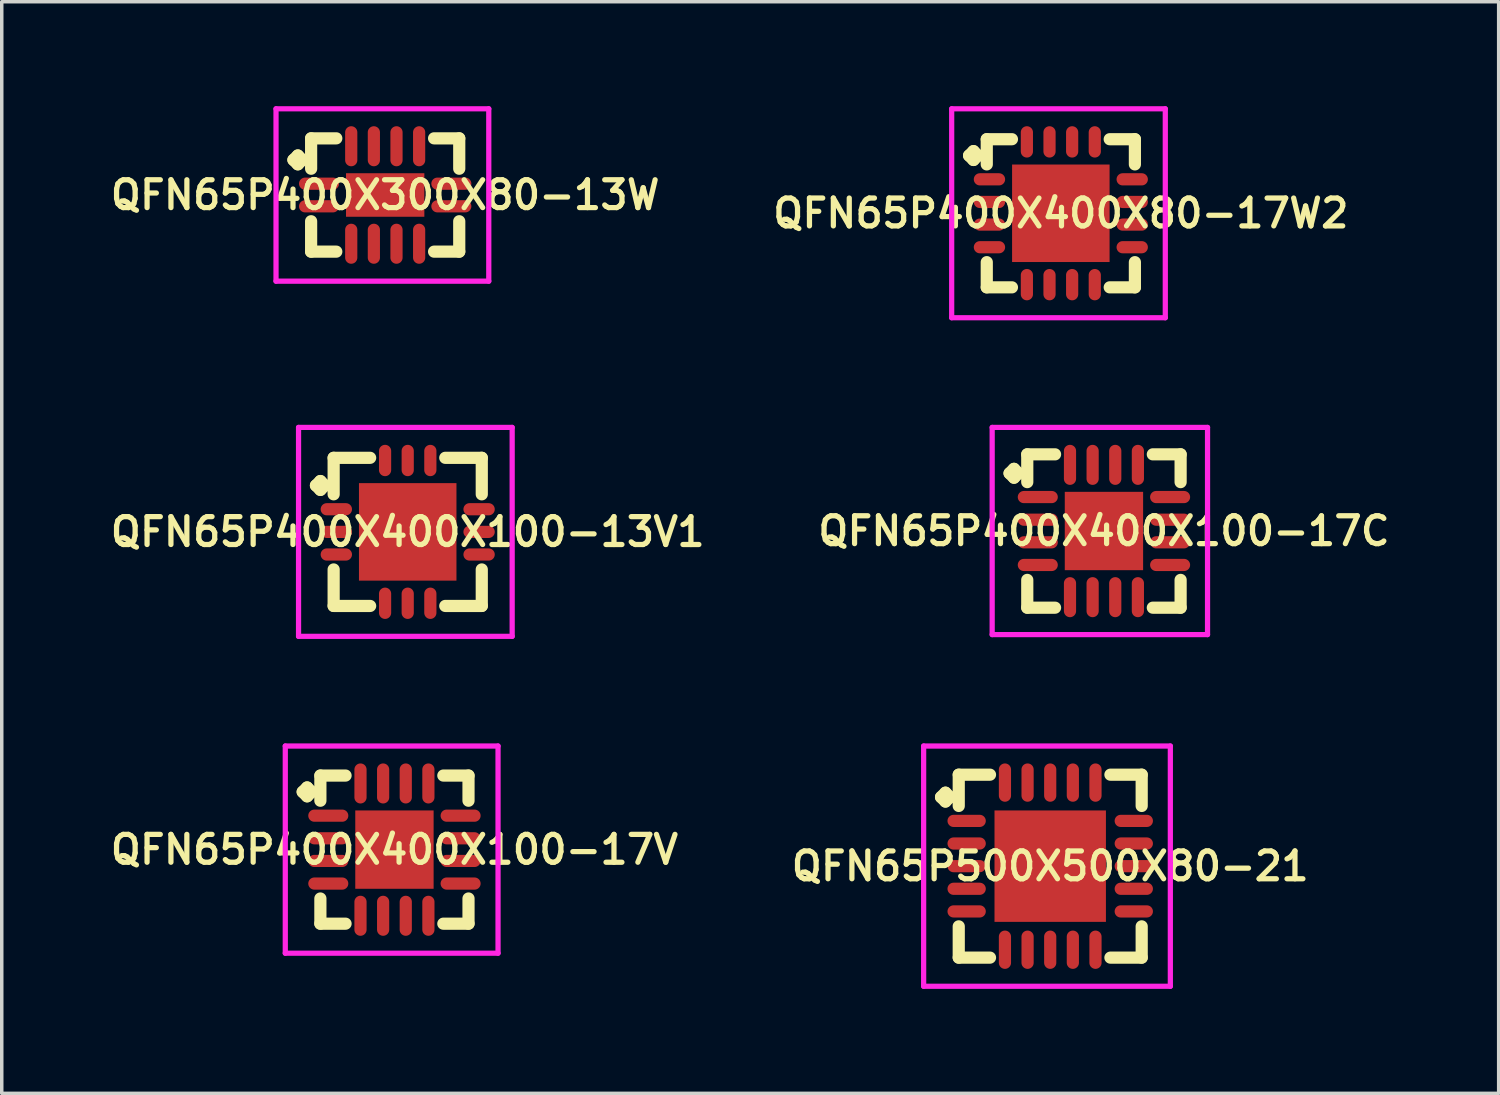
<source format=kicad_pcb>
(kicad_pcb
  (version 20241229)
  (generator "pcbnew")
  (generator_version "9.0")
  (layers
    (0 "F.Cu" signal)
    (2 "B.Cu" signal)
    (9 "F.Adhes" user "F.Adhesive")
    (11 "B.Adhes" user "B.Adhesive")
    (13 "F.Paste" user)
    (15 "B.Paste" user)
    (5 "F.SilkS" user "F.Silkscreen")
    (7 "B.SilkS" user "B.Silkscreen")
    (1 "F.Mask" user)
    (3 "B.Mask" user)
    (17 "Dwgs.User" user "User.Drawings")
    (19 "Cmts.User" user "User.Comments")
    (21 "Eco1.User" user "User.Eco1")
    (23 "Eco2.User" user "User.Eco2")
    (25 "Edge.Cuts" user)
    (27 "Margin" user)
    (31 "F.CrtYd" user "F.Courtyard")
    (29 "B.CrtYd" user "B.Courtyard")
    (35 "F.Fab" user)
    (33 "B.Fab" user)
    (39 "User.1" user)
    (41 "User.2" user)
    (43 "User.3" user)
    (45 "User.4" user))
  (footprint "QFN65P400X400X80-17W2"
    (layer "F.Cu")
    (at 27.416 3.075)
    (property "Reference" "QFN65P400X400X80-17W2" (at 0 0 0) (layer "F.SilkS") (effects (font (size 0.8 0.8) (thickness 0.15))))
    (attr through_hole)
    (fp_line (start -2.635 -1.658) (end -2.508 -1.785) (stroke (width 0.35) (type solid)) (layer "F.SilkS"))
    (fp_line (start -2.508 -1.785) (end -2.381 -1.658) (stroke (width 0.35) (type solid)) (layer "F.SilkS"))
    (fp_line (start -2.508 -1.531) (end -2.635 -1.658) (stroke (width 0.35) (type solid)) (layer "F.SilkS"))
    (fp_line (start -2.381 -1.658) (end -2.508 -1.531) (stroke (width 0.35) (type solid)) (layer "F.SilkS"))
    (fp_line (start -2.127 -2.127) (end -1.404 -2.127) (stroke (width 0.35) (type solid)) (layer "F.SilkS"))
    (fp_line (start -2.127 -1.404) (end -2.127 -2.127) (stroke (width 0.35) (type solid)) (layer "F.SilkS"))
    (fp_line (start -2.127 1.404) (end -2.127 2.127) (stroke (width 0.35) (type solid)) (layer "F.SilkS"))
    (fp_line (start -2.127 2.127) (end -1.404 2.127) (stroke (width 0.35) (type solid)) (layer "F.SilkS"))
    (fp_line (start 1.404 -2.127) (end 2.127 -2.127) (stroke (width 0.35) (type solid)) (layer "F.SilkS"))
    (fp_line (start 1.404 2.127) (end 2.127 2.127) (stroke (width 0.35) (type solid)) (layer "F.SilkS"))
    (fp_line (start 2.127 -2.127) (end 2.127 -1.404) (stroke (width 0.35) (type solid)) (layer "F.SilkS"))
    (fp_line (start 2.127 2.127) (end 2.127 1.404) (stroke (width 0.35) (type solid)) (layer "F.SilkS"))
    (fp_line (start -3.135 -3) (end 3 -3) (stroke (width 0.15) (type solid)) (layer "F.CrtYd"))
    (fp_line (start -3.135 3) (end -3.135 -3) (stroke (width 0.15) (type solid)) (layer "F.CrtYd"))
    (fp_line (start 3 -3) (end 3 3) (stroke (width 0.15) (type solid)) (layer "F.CrtYd"))
    (fp_line (start 3 3) (end -3.135 3) (stroke (width 0.15) (type solid)) (layer "F.CrtYd"))
    (pad "1" smd oval (at -2.05 -0.975) (size 0.9 0.35) (layers "F.Cu" "F.Mask" "F.Paste"))
    (pad "2" smd oval (at -2.05 -0.325) (size 0.9 0.35) (layers "F.Cu" "F.Mask" "F.Paste"))
    (pad "3" smd oval (at -2.05 0.325) (size 0.9 0.35) (layers "F.Cu" "F.Mask" "F.Paste"))
    (pad "4" smd oval (at -2.05 0.975) (size 0.9 0.35) (layers "F.Cu" "F.Mask" "F.Paste"))
    (pad "5" smd oval (at -0.975 2.05) (size 0.35 0.9) (layers "F.Cu" "F.Mask" "F.Paste"))
    (pad "6" smd oval (at -0.325 2.05) (size 0.35 0.9) (layers "F.Cu" "F.Mask" "F.Paste"))
    (pad "7" smd oval (at 0.325 2.05) (size 0.35 0.9) (layers "F.Cu" "F.Mask" "F.Paste"))
    (pad "8" smd oval (at 0.975 2.05) (size 0.35 0.9) (layers "F.Cu" "F.Mask" "F.Paste"))
    (pad "9" smd oval (at 2.05 0.975) (size 0.9 0.35) (layers "F.Cu" "F.Mask" "F.Paste"))
    (pad "10" smd oval (at 2.05 0.325) (size 0.9 0.35) (layers "F.Cu" "F.Mask" "F.Paste"))
    (pad "11" smd oval (at 2.05 -0.325) (size 0.9 0.35) (layers "F.Cu" "F.Mask" "F.Paste"))
    (pad "12" smd oval (at 2.05 -0.975) (size 0.9 0.35) (layers "F.Cu" "F.Mask" "F.Paste"))
    (pad "13" smd oval (at 0.975 -2.05) (size 0.35 0.9) (layers "F.Cu" "F.Mask" "F.Paste"))
    (pad "14" smd oval (at 0.325 -2.05) (size 0.35 0.9) (layers "F.Cu" "F.Mask" "F.Paste"))
    (pad "15" smd oval (at -0.325 -2.05) (size 0.35 0.9) (layers "F.Cu" "F.Mask" "F.Paste"))
    (pad "16" smd oval (at -0.975 -2.05) (size 0.35 0.9) (layers "F.Cu" "F.Mask" "F.Paste"))
    (pad "17" smd rect (at 0 0) (size 2.8 2.8) (layers "F.Cu" "F.Mask" "F.Paste")))
  (footprint "QFN65P400X400X100-13V1"
    (layer "F.Cu")
    (at 8.659 12.225)
    (property "Reference" "QFN65P400X400X100-13V1" (at 0 0 0) (layer "F.SilkS") (effects (font (size 0.8 0.8) (thickness 0.15))))
    (attr smd)
    (fp_line (start -2.635 -1.333) (end -2.508 -1.46) (stroke (width 0.35) (type solid)) (layer "F.SilkS"))
    (fp_line (start -2.508 -1.46) (end -2.381 -1.333) (stroke (width 0.35) (type solid)) (layer "F.SilkS"))
    (fp_line (start -2.508 -1.206) (end -2.635 -1.333) (stroke (width 0.35) (type solid)) (layer "F.SilkS"))
    (fp_line (start -2.381 -1.333) (end -2.508 -1.206) (stroke (width 0.35) (type solid)) (layer "F.SilkS"))
    (fp_line (start -2.127 -2.127) (end -1.079 -2.127) (stroke (width 0.35) (type solid)) (layer "F.SilkS"))
    (fp_line (start -2.127 -1.079) (end -2.127 -2.127) (stroke (width 0.35) (type solid)) (layer "F.SilkS"))
    (fp_line (start -2.127 1.079) (end -2.127 2.127) (stroke (width 0.35) (type solid)) (layer "F.SilkS"))
    (fp_line (start -2.127 2.127) (end -1.079 2.127) (stroke (width 0.35) (type solid)) (layer "F.SilkS"))
    (fp_line (start 1.079 -2.127) (end 2.127 -2.127) (stroke (width 0.35) (type solid)) (layer "F.SilkS"))
    (fp_line (start 1.079 2.127) (end 2.127 2.127) (stroke (width 0.35) (type solid)) (layer "F.SilkS"))
    (fp_line (start 2.127 -2.127) (end 2.127 -1.079) (stroke (width 0.35) (type solid)) (layer "F.SilkS"))
    (fp_line (start 2.127 2.127) (end 2.127 1.079) (stroke (width 0.35) (type solid)) (layer "F.SilkS"))
    (fp_line (start -3.135 -3) (end 3 -3) (stroke (width 0.15) (type solid)) (layer "F.CrtYd"))
    (fp_line (start -3.135 3) (end -3.135 -3) (stroke (width 0.15) (type solid)) (layer "F.CrtYd"))
    (fp_line (start 3 -3) (end 3 3) (stroke (width 0.15) (type solid)) (layer "F.CrtYd"))
    (fp_line (start 3 3) (end -3.135 3) (stroke (width 0.15) (type solid)) (layer "F.CrtYd"))
    (pad "1" smd oval (at -2.05 -0.65) (size 0.9 0.35) (layers "F.Cu" "F.Mask" "F.Paste"))
    (pad "2" smd oval (at -2.05 0) (size 0.9 0.35) (layers "F.Cu" "F.Mask" "F.Paste"))
    (pad "3" smd oval (at -2.05 0.65) (size 0.9 0.35) (layers "F.Cu" "F.Mask" "F.Paste"))
    (pad "4" smd oval (at -0.65 2.05) (size 0.35 0.9) (layers "F.Cu" "F.Mask" "F.Paste"))
    (pad "5" smd oval (at 0 2.05) (size 0.35 0.9) (layers "F.Cu" "F.Mask" "F.Paste"))
    (pad "6" smd oval (at 0.65 2.05) (size 0.35 0.9) (layers "F.Cu" "F.Mask" "F.Paste"))
    (pad "7" smd oval (at 2.05 0.65) (size 0.9 0.35) (layers "F.Cu" "F.Mask" "F.Paste"))
    (pad "8" smd oval (at 2.05 0) (size 0.9 0.35) (layers "F.Cu" "F.Mask" "F.Paste"))
    (pad "9" smd oval (at 2.05 -0.65) (size 0.9 0.35) (layers "F.Cu" "F.Mask" "F.Paste"))
    (pad "10" smd oval (at 0.65 -2.05) (size 0.35 0.9) (layers "F.Cu" "F.Mask" "F.Paste"))
    (pad "11" smd oval (at 0 -2.05) (size 0.35 0.9) (layers "F.Cu" "F.Mask" "F.Paste"))
    (pad "12" smd oval (at -0.65 -2.05) (size 0.35 0.9) (layers "F.Cu" "F.Mask" "F.Paste"))
    (pad "13" smd rect (at 0 0) (size 2.8 2.8) (layers "F.Cu" "F.Mask" "F.Paste")))
  (footprint "QFN65P400X400X100-17V"
    (layer "F.Cu")
    (at 8.278 21.35)
    (property "Reference" "QFN65P400X400X100-17V" (at 0 0 0) (layer "F.SilkS") (effects (font (size 0.8 0.8) (thickness 0.15))))
    (attr smd)
    (fp_line (start -2.635 -1.658) (end -2.508 -1.785) (stroke (width 0.35) (type solid)) (layer "F.SilkS"))
    (fp_line (start -2.508 -1.785) (end -2.381 -1.658) (stroke (width 0.35) (type solid)) (layer "F.SilkS"))
    (fp_line (start -2.508 -1.531) (end -2.635 -1.658) (stroke (width 0.35) (type solid)) (layer "F.SilkS"))
    (fp_line (start -2.381 -1.658) (end -2.508 -1.531) (stroke (width 0.35) (type solid)) (layer "F.SilkS"))
    (fp_line (start -2.127 -2.127) (end -1.404 -2.127) (stroke (width 0.35) (type solid)) (layer "F.SilkS"))
    (fp_line (start -2.127 -1.404) (end -2.127 -2.127) (stroke (width 0.35) (type solid)) (layer "F.SilkS"))
    (fp_line (start -2.127 1.404) (end -2.127 2.127) (stroke (width 0.35) (type solid)) (layer "F.SilkS"))
    (fp_line (start -2.127 2.127) (end -1.404 2.127) (stroke (width 0.35) (type solid)) (layer "F.SilkS"))
    (fp_line (start 1.404 -2.127) (end 2.127 -2.127) (stroke (width 0.35) (type solid)) (layer "F.SilkS"))
    (fp_line (start 1.404 2.127) (end 2.127 2.127) (stroke (width 0.35) (type solid)) (layer "F.SilkS"))
    (fp_line (start 2.127 -2.127) (end 2.127 -1.404) (stroke (width 0.35) (type solid)) (layer "F.SilkS"))
    (fp_line (start 2.127 2.127) (end 2.127 1.404) (stroke (width 0.35) (type solid)) (layer "F.SilkS"))
    (fp_line (start -3.135 -2.975) (end 2.975 -2.975) (stroke (width 0.15) (type solid)) (layer "F.CrtYd"))
    (fp_line (start -3.135 2.975) (end -3.135 -2.975) (stroke (width 0.15) (type solid)) (layer "F.CrtYd"))
    (fp_line (start 2.975 -2.975) (end 2.975 2.975) (stroke (width 0.15) (type solid)) (layer "F.CrtYd"))
    (fp_line (start 2.975 2.975) (end -3.135 2.975) (stroke (width 0.15) (type solid)) (layer "F.CrtYd"))
    (pad "1" smd oval (at -1.9 -0.975) (size 1.15 0.35) (layers "F.Cu" "F.Mask" "F.Paste"))
    (pad "2" smd oval (at -1.9 -0.325) (size 1.15 0.35) (layers "F.Cu" "F.Mask" "F.Paste"))
    (pad "3" smd oval (at -1.9 0.325) (size 1.15 0.35) (layers "F.Cu" "F.Mask" "F.Paste"))
    (pad "4" smd oval (at -1.9 0.975) (size 1.15 0.35) (layers "F.Cu" "F.Mask" "F.Paste"))
    (pad "5" smd oval (at -0.975 1.9) (size 0.35 1.15) (layers "F.Cu" "F.Mask" "F.Paste"))
    (pad "6" smd oval (at -0.325 1.9) (size 0.35 1.15) (layers "F.Cu" "F.Mask" "F.Paste"))
    (pad "7" smd oval (at 0.325 1.9) (size 0.35 1.15) (layers "F.Cu" "F.Mask" "F.Paste"))
    (pad "8" smd oval (at 0.975 1.9) (size 0.35 1.15) (layers "F.Cu" "F.Mask" "F.Paste"))
    (pad "9" smd oval (at 1.9 0.975) (size 1.15 0.35) (layers "F.Cu" "F.Mask" "F.Paste"))
    (pad "10" smd oval (at 1.9 0.325) (size 1.15 0.35) (layers "F.Cu" "F.Mask" "F.Paste"))
    (pad "11" smd oval (at 1.9 -0.325) (size 1.15 0.35) (layers "F.Cu" "F.Mask" "F.Paste"))
    (pad "12" smd oval (at 1.9 -0.975) (size 1.15 0.35) (layers "F.Cu" "F.Mask" "F.Paste"))
    (pad "13" smd oval (at 0.975 -1.9) (size 0.35 1.15) (layers "F.Cu" "F.Mask" "F.Paste"))
    (pad "14" smd oval (at 0.325 -1.9) (size 0.35 1.15) (layers "F.Cu" "F.Mask" "F.Paste"))
    (pad "15" smd oval (at -0.325 -1.9) (size 0.35 1.15) (layers "F.Cu" "F.Mask" "F.Paste"))
    (pad "16" smd oval (at -0.975 -1.9) (size 0.35 1.15) (layers "F.Cu" "F.Mask" "F.Paste"))
    (pad "17" smd rect (at 0 0) (size 2.25 2.25) (layers "F.Cu" "F.Mask" "F.Paste")))
  (footprint "QFN65P400X300X80-13W"
    (layer "F.Cu")
    (at 8.012 2.55)
    (property "Reference" "QFN65P400X300X80-13W" (at 0 0 0) (layer "F.SilkS") (effects (font (size 0.8 0.8) (thickness 0.15))))
    (attr through_hole)
    (fp_line (start -2.635 -1.008) (end -2.508 -1.135) (stroke (width 0.35) (type solid)) (layer "F.SilkS"))
    (fp_line (start -2.508 -1.135) (end -2.381 -1.008) (stroke (width 0.35) (type solid)) (layer "F.SilkS"))
    (fp_line (start -2.508 -0.881) (end -2.635 -1.008) (stroke (width 0.35) (type solid)) (layer "F.SilkS"))
    (fp_line (start -2.381 -1.008) (end -2.508 -0.881) (stroke (width 0.35) (type solid)) (layer "F.SilkS"))
    (fp_line (start -2.127 -1.627) (end -1.404 -1.627) (stroke (width 0.35) (type solid)) (layer "F.SilkS"))
    (fp_line (start -2.127 -0.754) (end -2.127 -1.627) (stroke (width 0.35) (type solid)) (layer "F.SilkS"))
    (fp_line (start -2.127 0.754) (end -2.127 1.627) (stroke (width 0.35) (type solid)) (layer "F.SilkS"))
    (fp_line (start -2.127 1.627) (end -1.404 1.627) (stroke (width 0.35) (type solid)) (layer "F.SilkS"))
    (fp_line (start 1.404 -1.627) (end 2.127 -1.627) (stroke (width 0.35) (type solid)) (layer "F.SilkS"))
    (fp_line (start 1.404 1.627) (end 2.127 1.627) (stroke (width 0.35) (type solid)) (layer "F.SilkS"))
    (fp_line (start 2.127 -1.627) (end 2.127 -0.754) (stroke (width 0.35) (type solid)) (layer "F.SilkS"))
    (fp_line (start 2.127 1.627) (end 2.127 0.754) (stroke (width 0.35) (type solid)) (layer "F.SilkS"))
    (fp_line (start -3.135 -2.475) (end 2.975 -2.475) (stroke (width 0.15) (type solid)) (layer "F.CrtYd"))
    (fp_line (start -3.135 2.475) (end -3.135 -2.475) (stroke (width 0.15) (type solid)) (layer "F.CrtYd"))
    (fp_line (start 2.975 -2.475) (end 2.975 2.475) (stroke (width 0.15) (type solid)) (layer "F.CrtYd"))
    (fp_line (start 2.975 2.475) (end -3.135 2.475) (stroke (width 0.15) (type solid)) (layer "F.CrtYd"))
    (pad "1" smd oval (at -1.9 -0.325) (size 1.15 0.35) (layers "F.Cu" "F.Mask" "F.Paste"))
    (pad "2" smd oval (at -1.9 0.325) (size 1.15 0.35) (layers "F.Cu" "F.Mask" "F.Paste"))
    (pad "3" smd oval (at -0.975 1.4) (size 0.35 1.15) (layers "F.Cu" "F.Mask" "F.Paste"))
    (pad "4" smd oval (at -0.325 1.4) (size 0.35 1.15) (layers "F.Cu" "F.Mask" "F.Paste"))
    (pad "5" smd oval (at 0.325 1.4) (size 0.35 1.15) (layers "F.Cu" "F.Mask" "F.Paste"))
    (pad "6" smd oval (at 0.975 1.4) (size 0.35 1.15) (layers "F.Cu" "F.Mask" "F.Paste"))
    (pad "7" smd oval (at 1.9 0.325) (size 1.15 0.35) (layers "F.Cu" "F.Mask" "F.Paste"))
    (pad "8" smd oval (at 1.9 -0.325) (size 1.15 0.35) (layers "F.Cu" "F.Mask" "F.Paste"))
    (pad "9" smd oval (at 0.975 -1.4) (size 0.35 1.15) (layers "F.Cu" "F.Mask" "F.Paste"))
    (pad "10" smd oval (at 0.325 -1.4) (size 0.35 1.15) (layers "F.Cu" "F.Mask" "F.Paste"))
    (pad "11" smd oval (at -0.325 -1.4) (size 0.35 1.15) (layers "F.Cu" "F.Mask" "F.Paste"))
    (pad "12" smd oval (at -0.975 -1.4) (size 0.35 1.15) (layers "F.Cu" "F.Mask" "F.Paste"))
    (pad "13" smd rect (at 0 0) (size 2.25 1.25) (layers "F.Cu" "F.Mask" "F.Paste")))
  (footprint "QFN65P400X400X100-17C"
    (layer "F.Cu")
    (at 28.654 12.2)
    (property "Reference" "QFN65P400X400X100-17C" (at 0 0 0) (layer "F.SilkS") (effects (font (size 0.8 0.8) (thickness 0.15))))
    (attr smd)
    (fp_line (start -2.71 -1.658) (end -2.583 -1.785) (stroke (width 0.35) (type solid)) (layer "F.SilkS"))
    (fp_line (start -2.583 -1.785) (end -2.456 -1.658) (stroke (width 0.35) (type solid)) (layer "F.SilkS"))
    (fp_line (start -2.583 -1.531) (end -2.71 -1.658) (stroke (width 0.35) (type solid)) (layer "F.SilkS"))
    (fp_line (start -2.456 -1.658) (end -2.583 -1.531) (stroke (width 0.35) (type solid)) (layer "F.SilkS"))
    (fp_line (start -2.202 -2.202) (end -1.404 -2.202) (stroke (width 0.35) (type solid)) (layer "F.SilkS"))
    (fp_line (start -2.202 -1.404) (end -2.202 -2.202) (stroke (width 0.35) (type solid)) (layer "F.SilkS"))
    (fp_line (start -2.202 1.404) (end -2.202 2.202) (stroke (width 0.35) (type solid)) (layer "F.SilkS"))
    (fp_line (start -2.202 2.202) (end -1.404 2.202) (stroke (width 0.35) (type solid)) (layer "F.SilkS"))
    (fp_line (start 1.404 -2.202) (end 2.202 -2.202) (stroke (width 0.35) (type solid)) (layer "F.SilkS"))
    (fp_line (start 1.404 2.202) (end 2.202 2.202) (stroke (width 0.35) (type solid)) (layer "F.SilkS"))
    (fp_line (start 2.202 -2.202) (end 2.202 -1.404) (stroke (width 0.35) (type solid)) (layer "F.SilkS"))
    (fp_line (start 2.202 2.202) (end 2.202 1.404) (stroke (width 0.35) (type solid)) (layer "F.SilkS"))
    (fp_line (start -3.21 -2.975) (end 2.975 -2.975) (stroke (width 0.15) (type solid)) (layer "F.CrtYd"))
    (fp_line (start -3.21 2.975) (end -3.21 -2.975) (stroke (width 0.15) (type solid)) (layer "F.CrtYd"))
    (fp_line (start 2.975 -2.975) (end 2.975 2.975) (stroke (width 0.15) (type solid)) (layer "F.CrtYd"))
    (fp_line (start 2.975 2.975) (end -3.21 2.975) (stroke (width 0.15) (type solid)) (layer "F.CrtYd"))
    (pad "1" smd oval (at -1.9 -0.975) (size 1.15 0.35) (layers "F.Cu" "F.Mask" "F.Paste"))
    (pad "2" smd oval (at -1.9 -0.325) (size 1.15 0.35) (layers "F.Cu" "F.Mask" "F.Paste"))
    (pad "3" smd oval (at -1.9 0.325) (size 1.15 0.35) (layers "F.Cu" "F.Mask" "F.Paste"))
    (pad "4" smd oval (at -1.9 0.975) (size 1.15 0.35) (layers "F.Cu" "F.Mask" "F.Paste"))
    (pad "5" smd oval (at -0.975 1.9) (size 0.35 1.15) (layers "F.Cu" "F.Mask" "F.Paste"))
    (pad "6" smd oval (at -0.325 1.9) (size 0.35 1.15) (layers "F.Cu" "F.Mask" "F.Paste"))
    (pad "7" smd oval (at 0.325 1.9) (size 0.35 1.15) (layers "F.Cu" "F.Mask" "F.Paste"))
    (pad "8" smd oval (at 0.975 1.9) (size 0.35 1.15) (layers "F.Cu" "F.Mask" "F.Paste"))
    (pad "9" smd oval (at 1.9 0.975) (size 1.15 0.35) (layers "F.Cu" "F.Mask" "F.Paste"))
    (pad "10" smd oval (at 1.9 0.325) (size 1.15 0.35) (layers "F.Cu" "F.Mask" "F.Paste"))
    (pad "11" smd oval (at 1.9 -0.325) (size 1.15 0.35) (layers "F.Cu" "F.Mask" "F.Paste"))
    (pad "12" smd oval (at 1.9 -0.975) (size 1.15 0.35) (layers "F.Cu" "F.Mask" "F.Paste"))
    (pad "13" smd oval (at 0.975 -1.9) (size 0.35 1.15) (layers "F.Cu" "F.Mask" "F.Paste"))
    (pad "14" smd oval (at 0.325 -1.9) (size 0.35 1.15) (layers "F.Cu" "F.Mask" "F.Paste"))
    (pad "15" smd oval (at -0.325 -1.9) (size 0.35 1.15) (layers "F.Cu" "F.Mask" "F.Paste"))
    (pad "16" smd oval (at -0.975 -1.9) (size 0.35 1.15) (layers "F.Cu" "F.Mask" "F.Paste"))
    (pad "17" smd rect (at 0 0) (size 2.25 2.25) (layers "F.Cu" "F.Mask" "F.Paste")))
  (footprint "QFN65P500X500X80-21"
    (layer "F.Cu")
    (at 27.111 21.825)
    (property "Reference" "QFN65P500X500X80-21" (at 0 0 0) (layer "F.SilkS") (effects (font (size 0.8 0.8) (thickness 0.15))))
    (attr through_hole)
    (fp_line (start -3.135 -1.983) (end -3.008 -2.11) (stroke (width 0.35) (type solid)) (layer "F.SilkS"))
    (fp_line (start -3.008 -2.11) (end -2.881 -1.983) (stroke (width 0.35) (type solid)) (layer "F.SilkS"))
    (fp_line (start -3.008 -1.856) (end -3.135 -1.983) (stroke (width 0.35) (type solid)) (layer "F.SilkS"))
    (fp_line (start -2.881 -1.983) (end -3.008 -1.856) (stroke (width 0.35) (type solid)) (layer "F.SilkS"))
    (fp_line (start -2.627 -2.627) (end -1.729 -2.627) (stroke (width 0.35) (type solid)) (layer "F.SilkS"))
    (fp_line (start -2.627 -1.729) (end -2.627 -2.627) (stroke (width 0.35) (type solid)) (layer "F.SilkS"))
    (fp_line (start -2.627 1.729) (end -2.627 2.627) (stroke (width 0.35) (type solid)) (layer "F.SilkS"))
    (fp_line (start -2.627 2.627) (end -1.729 2.627) (stroke (width 0.35) (type solid)) (layer "F.SilkS"))
    (fp_line (start 1.729 -2.627) (end 2.627 -2.627) (stroke (width 0.35) (type solid)) (layer "F.SilkS"))
    (fp_line (start 1.729 2.627) (end 2.627 2.627) (stroke (width 0.35) (type solid)) (layer "F.SilkS"))
    (fp_line (start 2.627 -2.627) (end 2.627 -1.729) (stroke (width 0.35) (type solid)) (layer "F.SilkS"))
    (fp_line (start 2.627 2.627) (end 2.627 1.729) (stroke (width 0.35) (type solid)) (layer "F.SilkS"))
    (fp_line (start -3.635 -3.45) (end 3.45 -3.45) (stroke (width 0.15) (type solid)) (layer "F.CrtYd"))
    (fp_line (start -3.635 3.45) (end -3.635 -3.45) (stroke (width 0.15) (type solid)) (layer "F.CrtYd"))
    (fp_line (start 3.45 -3.45) (end 3.45 3.45) (stroke (width 0.15) (type solid)) (layer "F.CrtYd"))
    (fp_line (start 3.45 3.45) (end -3.635 3.45) (stroke (width 0.15) (type solid)) (layer "F.CrtYd"))
    (pad "1" smd oval (at -2.4 -1.3) (size 1.1 0.35) (layers "F.Cu" "F.Mask" "F.Paste"))
    (pad "2" smd oval (at -2.4 -0.65) (size 1.1 0.35) (layers "F.Cu" "F.Mask" "F.Paste"))
    (pad "3" smd oval (at -2.4 0) (size 1.1 0.35) (layers "F.Cu" "F.Mask" "F.Paste"))
    (pad "4" smd oval (at -2.4 0.65) (size 1.1 0.35) (layers "F.Cu" "F.Mask" "F.Paste"))
    (pad "5" smd oval (at -2.4 1.3) (size 1.1 0.35) (layers "F.Cu" "F.Mask" "F.Paste"))
    (pad "6" smd oval (at -1.3 2.4) (size 0.35 1.1) (layers "F.Cu" "F.Mask" "F.Paste"))
    (pad "7" smd oval (at -0.65 2.4) (size 0.35 1.1) (layers "F.Cu" "F.Mask" "F.Paste"))
    (pad "8" smd oval (at 0 2.4) (size 0.35 1.1) (layers "F.Cu" "F.Mask" "F.Paste"))
    (pad "9" smd oval (at 0.65 2.4) (size 0.35 1.1) (layers "F.Cu" "F.Mask" "F.Paste"))
    (pad "10" smd oval (at 1.3 2.4) (size 0.35 1.1) (layers "F.Cu" "F.Mask" "F.Paste"))
    (pad "11" smd oval (at 2.4 1.3) (size 1.1 0.35) (layers "F.Cu" "F.Mask" "F.Paste"))
    (pad "12" smd oval (at 2.4 0.65) (size 1.1 0.35) (layers "F.Cu" "F.Mask" "F.Paste"))
    (pad "13" smd oval (at 2.4 0) (size 1.1 0.35) (layers "F.Cu" "F.Mask" "F.Paste"))
    (pad "14" smd oval (at 2.4 -0.65) (size 1.1 0.35) (layers "F.Cu" "F.Mask" "F.Paste"))
    (pad "15" smd oval (at 2.4 -1.3) (size 1.1 0.35) (layers "F.Cu" "F.Mask" "F.Paste"))
    (pad "16" smd oval (at 1.3 -2.4) (size 0.35 1.1) (layers "F.Cu" "F.Mask" "F.Paste"))
    (pad "17" smd oval (at 0.65 -2.4) (size 0.35 1.1) (layers "F.Cu" "F.Mask" "F.Paste"))
    (pad "18" smd oval (at 0 -2.4) (size 0.35 1.1) (layers "F.Cu" "F.Mask" "F.Paste"))
    (pad "19" smd oval (at -0.65 -2.4) (size 0.35 1.1) (layers "F.Cu" "F.Mask" "F.Paste"))
    (pad "20" smd oval (at -1.3 -2.4) (size 0.35 1.1) (layers "F.Cu" "F.Mask" "F.Paste"))
    (pad "21" smd rect (at 0 0) (size 3.2 3.2) (layers "F.Cu" "F.Mask" "F.Paste")))
  (gr_rect
    (start -3 -3)
    (end 39.99 28.35)
    (stroke (width 0.1) (type default))
    (fill no)
    (layer "Edge.Cuts")))
</source>
